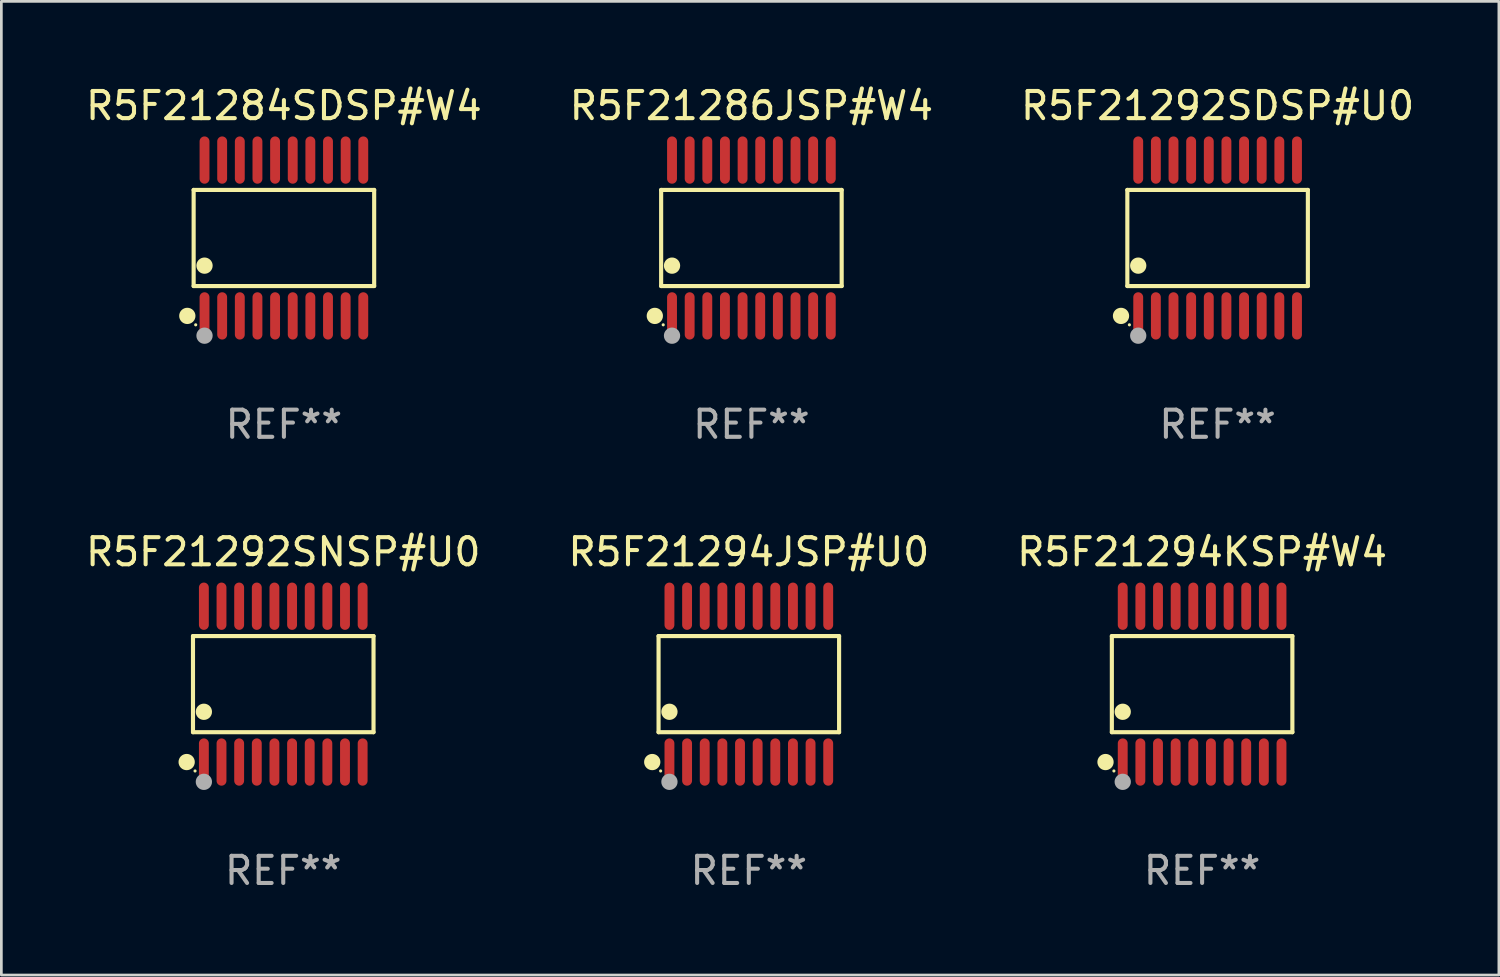
<source format=kicad_pcb>
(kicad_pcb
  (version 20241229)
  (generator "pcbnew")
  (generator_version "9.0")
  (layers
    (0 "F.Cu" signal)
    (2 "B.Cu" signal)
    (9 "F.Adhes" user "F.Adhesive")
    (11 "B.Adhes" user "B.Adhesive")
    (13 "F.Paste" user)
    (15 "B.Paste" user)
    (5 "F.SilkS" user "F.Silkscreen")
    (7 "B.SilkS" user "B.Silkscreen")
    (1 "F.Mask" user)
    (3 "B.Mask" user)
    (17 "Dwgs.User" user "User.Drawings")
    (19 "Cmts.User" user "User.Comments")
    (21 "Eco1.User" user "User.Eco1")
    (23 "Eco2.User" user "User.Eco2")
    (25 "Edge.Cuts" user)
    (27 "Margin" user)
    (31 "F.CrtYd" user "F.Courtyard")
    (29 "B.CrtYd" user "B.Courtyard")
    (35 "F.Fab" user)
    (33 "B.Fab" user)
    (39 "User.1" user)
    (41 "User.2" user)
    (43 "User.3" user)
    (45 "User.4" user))
  (footprint "R5F21286JSP#W4"
    (layer "F.Cu")
    (at 24.637 5.719)
    (property "Reference" "R5F21286JSP#W4" (at 0 -4.871 0) (layer "F.SilkS") (effects (font (size 1 1) (thickness 0.15))))
    (attr through_hole)
    (fp_line (start -3.326 -1.771) (end 3.326 -1.771) (stroke (width 0.152) (type solid)) (layer "F.SilkS"))
    (fp_line (start -3.326 1.771) (end -3.326 -1.771) (stroke (width 0.152) (type solid)) (layer "F.SilkS"))
    (fp_line (start 3.326 -1.771) (end 3.326 1.771) (stroke (width 0.152) (type solid)) (layer "F.SilkS"))
    (fp_line (start 3.326 1.771) (end -3.326 1.771) (stroke (width 0.152) (type solid)) (layer "F.SilkS"))
    (fp_circle (center -3.559 2.871) (end -3.409 2.871) (stroke (width 0.3) (type solid)) (fill no) (layer "F.SilkS"))
    (fp_circle (center -3.25 3.2) (end -3.22 3.2) (stroke (width 0.06) (type solid)) (fill no) (layer "F.SilkS"))
    (fp_circle (center -2.925 1.019) (end -2.775 1.019) (stroke (width 0.3) (type solid)) (fill no) (layer "F.SilkS"))
    (fp_circle (center -2.925 3.6) (end -2.775 3.6) (stroke (width 0.3) (type solid)) (fill no) (layer "F.Fab"))
    (fp_text user "REF**" (at 0 6.871 0) (layer "F.Fab") (effects (font (size 1 1) (thickness 0.15))))
    (pad "1" smd oval (at -2.925 2.871) (size 0.364 1.742) (layers "F.Cu" "F.Mask" "F.Paste"))
    (pad "2" smd oval (at -2.275 2.871) (size 0.364 1.742) (layers "F.Cu" "F.Mask" "F.Paste"))
    (pad "3" smd oval (at -1.625 2.871) (size 0.364 1.742) (layers "F.Cu" "F.Mask" "F.Paste"))
    (pad "4" smd oval (at -0.975 2.871) (size 0.364 1.742) (layers "F.Cu" "F.Mask" "F.Paste"))
    (pad "5" smd oval (at -0.325 2.871) (size 0.364 1.742) (layers "F.Cu" "F.Mask" "F.Paste"))
    (pad "6" smd oval (at 0.325 2.871) (size 0.364 1.742) (layers "F.Cu" "F.Mask" "F.Paste"))
    (pad "7" smd oval (at 0.975 2.871) (size 0.364 1.742) (layers "F.Cu" "F.Mask" "F.Paste"))
    (pad "8" smd oval (at 1.625 2.871) (size 0.364 1.742) (layers "F.Cu" "F.Mask" "F.Paste"))
    (pad "9" smd oval (at 2.275 2.871) (size 0.364 1.742) (layers "F.Cu" "F.Mask" "F.Paste"))
    (pad "10" smd oval (at 2.925 2.871) (size 0.364 1.742) (layers "F.Cu" "F.Mask" "F.Paste"))
    (pad "11" smd oval (at 2.925 -2.871) (size 0.364 1.742) (layers "F.Cu" "F.Mask" "F.Paste"))
    (pad "12" smd oval (at 2.275 -2.871) (size 0.364 1.742) (layers "F.Cu" "F.Mask" "F.Paste"))
    (pad "13" smd oval (at 1.625 -2.871) (size 0.364 1.742) (layers "F.Cu" "F.Mask" "F.Paste"))
    (pad "14" smd oval (at 0.975 -2.871) (size 0.364 1.742) (layers "F.Cu" "F.Mask" "F.Paste"))
    (pad "15" smd oval (at 0.325 -2.871) (size 0.364 1.742) (layers "F.Cu" "F.Mask" "F.Paste"))
    (pad "16" smd oval (at -0.325 -2.871) (size 0.364 1.742) (layers "F.Cu" "F.Mask" "F.Paste"))
    (pad "17" smd oval (at -0.975 -2.871) (size 0.364 1.742) (layers "F.Cu" "F.Mask" "F.Paste"))
    (pad "18" smd oval (at -1.625 -2.871) (size 0.364 1.742) (layers "F.Cu" "F.Mask" "F.Paste"))
    (pad "19" smd oval (at -2.275 -2.871) (size 0.364 1.742) (layers "F.Cu" "F.Mask" "F.Paste"))
    (pad "20" smd oval (at -2.925 -2.871) (size 0.364 1.742) (layers "F.Cu" "F.Mask" "F.Paste")))
  (footprint "R5F21284SDSP#W4"
    (layer "F.Cu")
    (at 7.411 5.719)
    (property "Reference" "R5F21284SDSP#W4" (at 0 -4.871 0) (layer "F.SilkS") (effects (font (size 1 1) (thickness 0.15))))
    (attr through_hole)
    (fp_line (start -3.326 -1.771) (end 3.326 -1.771) (stroke (width 0.152) (type solid)) (layer "F.SilkS"))
    (fp_line (start -3.326 1.771) (end -3.326 -1.771) (stroke (width 0.152) (type solid)) (layer "F.SilkS"))
    (fp_line (start 3.326 -1.771) (end 3.326 1.771) (stroke (width 0.152) (type solid)) (layer "F.SilkS"))
    (fp_line (start 3.326 1.771) (end -3.326 1.771) (stroke (width 0.152) (type solid)) (layer "F.SilkS"))
    (fp_circle (center -3.559 2.871) (end -3.409 2.871) (stroke (width 0.3) (type solid)) (fill no) (layer "F.SilkS"))
    (fp_circle (center -3.25 3.2) (end -3.22 3.2) (stroke (width 0.06) (type solid)) (fill no) (layer "F.SilkS"))
    (fp_circle (center -2.925 1.019) (end -2.775 1.019) (stroke (width 0.3) (type solid)) (fill no) (layer "F.SilkS"))
    (fp_circle (center -2.925 3.6) (end -2.775 3.6) (stroke (width 0.3) (type solid)) (fill no) (layer "F.Fab"))
    (fp_text user "REF**" (at 0 6.871 0) (layer "F.Fab") (effects (font (size 1 1) (thickness 0.15))))
    (pad "1" smd oval (at -2.925 2.871) (size 0.364 1.742) (layers "F.Cu" "F.Mask" "F.Paste"))
    (pad "2" smd oval (at -2.275 2.871) (size 0.364 1.742) (layers "F.Cu" "F.Mask" "F.Paste"))
    (pad "3" smd oval (at -1.625 2.871) (size 0.364 1.742) (layers "F.Cu" "F.Mask" "F.Paste"))
    (pad "4" smd oval (at -0.975 2.871) (size 0.364 1.742) (layers "F.Cu" "F.Mask" "F.Paste"))
    (pad "5" smd oval (at -0.325 2.871) (size 0.364 1.742) (layers "F.Cu" "F.Mask" "F.Paste"))
    (pad "6" smd oval (at 0.325 2.871) (size 0.364 1.742) (layers "F.Cu" "F.Mask" "F.Paste"))
    (pad "7" smd oval (at 0.975 2.871) (size 0.364 1.742) (layers "F.Cu" "F.Mask" "F.Paste"))
    (pad "8" smd oval (at 1.625 2.871) (size 0.364 1.742) (layers "F.Cu" "F.Mask" "F.Paste"))
    (pad "9" smd oval (at 2.275 2.871) (size 0.364 1.742) (layers "F.Cu" "F.Mask" "F.Paste"))
    (pad "10" smd oval (at 2.925 2.871) (size 0.364 1.742) (layers "F.Cu" "F.Mask" "F.Paste"))
    (pad "11" smd oval (at 2.925 -2.871) (size 0.364 1.742) (layers "F.Cu" "F.Mask" "F.Paste"))
    (pad "12" smd oval (at 2.275 -2.871) (size 0.364 1.742) (layers "F.Cu" "F.Mask" "F.Paste"))
    (pad "13" smd oval (at 1.625 -2.871) (size 0.364 1.742) (layers "F.Cu" "F.Mask" "F.Paste"))
    (pad "14" smd oval (at 0.975 -2.871) (size 0.364 1.742) (layers "F.Cu" "F.Mask" "F.Paste"))
    (pad "15" smd oval (at 0.325 -2.871) (size 0.364 1.742) (layers "F.Cu" "F.Mask" "F.Paste"))
    (pad "16" smd oval (at -0.325 -2.871) (size 0.364 1.742) (layers "F.Cu" "F.Mask" "F.Paste"))
    (pad "17" smd oval (at -0.975 -2.871) (size 0.364 1.742) (layers "F.Cu" "F.Mask" "F.Paste"))
    (pad "18" smd oval (at -1.625 -2.871) (size 0.364 1.742) (layers "F.Cu" "F.Mask" "F.Paste"))
    (pad "19" smd oval (at -2.275 -2.871) (size 0.364 1.742) (layers "F.Cu" "F.Mask" "F.Paste"))
    (pad "20" smd oval (at -2.925 -2.871) (size 0.364 1.742) (layers "F.Cu" "F.Mask" "F.Paste")))
  (footprint "R5F21292SNSP#U0"
    (layer "F.Cu")
    (at 7.387 22.158)
    (property "Reference" "R5F21292SNSP#U0" (at 0 -4.871 0) (layer "F.SilkS") (effects (font (size 1 1) (thickness 0.15))))
    (attr through_hole)
    (fp_line (start -3.326 -1.771) (end 3.326 -1.771) (stroke (width 0.152) (type solid)) (layer "F.SilkS"))
    (fp_line (start -3.326 1.771) (end -3.326 -1.771) (stroke (width 0.152) (type solid)) (layer "F.SilkS"))
    (fp_line (start 3.326 -1.771) (end 3.326 1.771) (stroke (width 0.152) (type solid)) (layer "F.SilkS"))
    (fp_line (start 3.326 1.771) (end -3.326 1.771) (stroke (width 0.152) (type solid)) (layer "F.SilkS"))
    (fp_circle (center -3.559 2.871) (end -3.409 2.871) (stroke (width 0.3) (type solid)) (fill no) (layer "F.SilkS"))
    (fp_circle (center -3.25 3.2) (end -3.22 3.2) (stroke (width 0.06) (type solid)) (fill no) (layer "F.SilkS"))
    (fp_circle (center -2.925 1.019) (end -2.775 1.019) (stroke (width 0.3) (type solid)) (fill no) (layer "F.SilkS"))
    (fp_circle (center -2.925 3.6) (end -2.775 3.6) (stroke (width 0.3) (type solid)) (fill no) (layer "F.Fab"))
    (fp_text user "REF**" (at 0 6.871 0) (layer "F.Fab") (effects (font (size 1 1) (thickness 0.15))))
    (pad "1" smd oval (at -2.925 2.871) (size 0.364 1.742) (layers "F.Cu" "F.Mask" "F.Paste"))
    (pad "2" smd oval (at -2.275 2.871) (size 0.364 1.742) (layers "F.Cu" "F.Mask" "F.Paste"))
    (pad "3" smd oval (at -1.625 2.871) (size 0.364 1.742) (layers "F.Cu" "F.Mask" "F.Paste"))
    (pad "4" smd oval (at -0.975 2.871) (size 0.364 1.742) (layers "F.Cu" "F.Mask" "F.Paste"))
    (pad "5" smd oval (at -0.325 2.871) (size 0.364 1.742) (layers "F.Cu" "F.Mask" "F.Paste"))
    (pad "6" smd oval (at 0.325 2.871) (size 0.364 1.742) (layers "F.Cu" "F.Mask" "F.Paste"))
    (pad "7" smd oval (at 0.975 2.871) (size 0.364 1.742) (layers "F.Cu" "F.Mask" "F.Paste"))
    (pad "8" smd oval (at 1.625 2.871) (size 0.364 1.742) (layers "F.Cu" "F.Mask" "F.Paste"))
    (pad "9" smd oval (at 2.275 2.871) (size 0.364 1.742) (layers "F.Cu" "F.Mask" "F.Paste"))
    (pad "10" smd oval (at 2.925 2.871) (size 0.364 1.742) (layers "F.Cu" "F.Mask" "F.Paste"))
    (pad "11" smd oval (at 2.925 -2.871) (size 0.364 1.742) (layers "F.Cu" "F.Mask" "F.Paste"))
    (pad "12" smd oval (at 2.275 -2.871) (size 0.364 1.742) (layers "F.Cu" "F.Mask" "F.Paste"))
    (pad "13" smd oval (at 1.625 -2.871) (size 0.364 1.742) (layers "F.Cu" "F.Mask" "F.Paste"))
    (pad "14" smd oval (at 0.975 -2.871) (size 0.364 1.742) (layers "F.Cu" "F.Mask" "F.Paste"))
    (pad "15" smd oval (at 0.325 -2.871) (size 0.364 1.742) (layers "F.Cu" "F.Mask" "F.Paste"))
    (pad "16" smd oval (at -0.325 -2.871) (size 0.364 1.742) (layers "F.Cu" "F.Mask" "F.Paste"))
    (pad "17" smd oval (at -0.975 -2.871) (size 0.364 1.742) (layers "F.Cu" "F.Mask" "F.Paste"))
    (pad "18" smd oval (at -1.625 -2.871) (size 0.364 1.742) (layers "F.Cu" "F.Mask" "F.Paste"))
    (pad "19" smd oval (at -2.275 -2.871) (size 0.364 1.742) (layers "F.Cu" "F.Mask" "F.Paste"))
    (pad "20" smd oval (at -2.925 -2.871) (size 0.364 1.742) (layers "F.Cu" "F.Mask" "F.Paste")))
  (footprint "R5F21292SDSP#U0"
    (layer "F.Cu")
    (at 41.815 5.719)
    (property "Reference" "R5F21292SDSP#U0" (at 0 -4.871 0) (layer "F.SilkS") (effects (font (size 1 1) (thickness 0.15))))
    (attr through_hole)
    (fp_line (start -3.326 -1.771) (end 3.326 -1.771) (stroke (width 0.152) (type solid)) (layer "F.SilkS"))
    (fp_line (start -3.326 1.771) (end -3.326 -1.771) (stroke (width 0.152) (type solid)) (layer "F.SilkS"))
    (fp_line (start 3.326 -1.771) (end 3.326 1.771) (stroke (width 0.152) (type solid)) (layer "F.SilkS"))
    (fp_line (start 3.326 1.771) (end -3.326 1.771) (stroke (width 0.152) (type solid)) (layer "F.SilkS"))
    (fp_circle (center -3.559 2.871) (end -3.409 2.871) (stroke (width 0.3) (type solid)) (fill no) (layer "F.SilkS"))
    (fp_circle (center -3.25 3.2) (end -3.22 3.2) (stroke (width 0.06) (type solid)) (fill no) (layer "F.SilkS"))
    (fp_circle (center -2.925 1.019) (end -2.775 1.019) (stroke (width 0.3) (type solid)) (fill no) (layer "F.SilkS"))
    (fp_circle (center -2.925 3.6) (end -2.775 3.6) (stroke (width 0.3) (type solid)) (fill no) (layer "F.Fab"))
    (fp_text user "REF**" (at 0 6.871 0) (layer "F.Fab") (effects (font (size 1 1) (thickness 0.15))))
    (pad "1" smd oval (at -2.925 2.871) (size 0.364 1.742) (layers "F.Cu" "F.Mask" "F.Paste"))
    (pad "2" smd oval (at -2.275 2.871) (size 0.364 1.742) (layers "F.Cu" "F.Mask" "F.Paste"))
    (pad "3" smd oval (at -1.625 2.871) (size 0.364 1.742) (layers "F.Cu" "F.Mask" "F.Paste"))
    (pad "4" smd oval (at -0.975 2.871) (size 0.364 1.742) (layers "F.Cu" "F.Mask" "F.Paste"))
    (pad "5" smd oval (at -0.325 2.871) (size 0.364 1.742) (layers "F.Cu" "F.Mask" "F.Paste"))
    (pad "6" smd oval (at 0.325 2.871) (size 0.364 1.742) (layers "F.Cu" "F.Mask" "F.Paste"))
    (pad "7" smd oval (at 0.975 2.871) (size 0.364 1.742) (layers "F.Cu" "F.Mask" "F.Paste"))
    (pad "8" smd oval (at 1.625 2.871) (size 0.364 1.742) (layers "F.Cu" "F.Mask" "F.Paste"))
    (pad "9" smd oval (at 2.275 2.871) (size 0.364 1.742) (layers "F.Cu" "F.Mask" "F.Paste"))
    (pad "10" smd oval (at 2.925 2.871) (size 0.364 1.742) (layers "F.Cu" "F.Mask" "F.Paste"))
    (pad "11" smd oval (at 2.925 -2.871) (size 0.364 1.742) (layers "F.Cu" "F.Mask" "F.Paste"))
    (pad "12" smd oval (at 2.275 -2.871) (size 0.364 1.742) (layers "F.Cu" "F.Mask" "F.Paste"))
    (pad "13" smd oval (at 1.625 -2.871) (size 0.364 1.742) (layers "F.Cu" "F.Mask" "F.Paste"))
    (pad "14" smd oval (at 0.975 -2.871) (size 0.364 1.742) (layers "F.Cu" "F.Mask" "F.Paste"))
    (pad "15" smd oval (at 0.325 -2.871) (size 0.364 1.742) (layers "F.Cu" "F.Mask" "F.Paste"))
    (pad "16" smd oval (at -0.325 -2.871) (size 0.364 1.742) (layers "F.Cu" "F.Mask" "F.Paste"))
    (pad "17" smd oval (at -0.975 -2.871) (size 0.364 1.742) (layers "F.Cu" "F.Mask" "F.Paste"))
    (pad "18" smd oval (at -1.625 -2.871) (size 0.364 1.742) (layers "F.Cu" "F.Mask" "F.Paste"))
    (pad "19" smd oval (at -2.275 -2.871) (size 0.364 1.742) (layers "F.Cu" "F.Mask" "F.Paste"))
    (pad "20" smd oval (at -2.925 -2.871) (size 0.364 1.742) (layers "F.Cu" "F.Mask" "F.Paste")))
  (footprint "R5F21294JSP#U0"
    (layer "F.Cu")
    (at 24.542 22.158)
    (property "Reference" "R5F21294JSP#U0" (at 0 -4.871 0) (layer "F.SilkS") (effects (font (size 1 1) (thickness 0.15))))
    (attr through_hole)
    (fp_line (start -3.326 -1.771) (end 3.326 -1.771) (stroke (width 0.152) (type solid)) (layer "F.SilkS"))
    (fp_line (start -3.326 1.771) (end -3.326 -1.771) (stroke (width 0.152) (type solid)) (layer "F.SilkS"))
    (fp_line (start 3.326 -1.771) (end 3.326 1.771) (stroke (width 0.152) (type solid)) (layer "F.SilkS"))
    (fp_line (start 3.326 1.771) (end -3.326 1.771) (stroke (width 0.152) (type solid)) (layer "F.SilkS"))
    (fp_circle (center -3.559 2.871) (end -3.409 2.871) (stroke (width 0.3) (type solid)) (fill no) (layer "F.SilkS"))
    (fp_circle (center -3.25 3.2) (end -3.22 3.2) (stroke (width 0.06) (type solid)) (fill no) (layer "F.SilkS"))
    (fp_circle (center -2.925 1.019) (end -2.775 1.019) (stroke (width 0.3) (type solid)) (fill no) (layer "F.SilkS"))
    (fp_circle (center -2.925 3.6) (end -2.775 3.6) (stroke (width 0.3) (type solid)) (fill no) (layer "F.Fab"))
    (fp_text user "REF**" (at 0 6.871 0) (layer "F.Fab") (effects (font (size 1 1) (thickness 0.15))))
    (pad "1" smd oval (at -2.925 2.871) (size 0.364 1.742) (layers "F.Cu" "F.Mask" "F.Paste"))
    (pad "2" smd oval (at -2.275 2.871) (size 0.364 1.742) (layers "F.Cu" "F.Mask" "F.Paste"))
    (pad "3" smd oval (at -1.625 2.871) (size 0.364 1.742) (layers "F.Cu" "F.Mask" "F.Paste"))
    (pad "4" smd oval (at -0.975 2.871) (size 0.364 1.742) (layers "F.Cu" "F.Mask" "F.Paste"))
    (pad "5" smd oval (at -0.325 2.871) (size 0.364 1.742) (layers "F.Cu" "F.Mask" "F.Paste"))
    (pad "6" smd oval (at 0.325 2.871) (size 0.364 1.742) (layers "F.Cu" "F.Mask" "F.Paste"))
    (pad "7" smd oval (at 0.975 2.871) (size 0.364 1.742) (layers "F.Cu" "F.Mask" "F.Paste"))
    (pad "8" smd oval (at 1.625 2.871) (size 0.364 1.742) (layers "F.Cu" "F.Mask" "F.Paste"))
    (pad "9" smd oval (at 2.275 2.871) (size 0.364 1.742) (layers "F.Cu" "F.Mask" "F.Paste"))
    (pad "10" smd oval (at 2.925 2.871) (size 0.364 1.742) (layers "F.Cu" "F.Mask" "F.Paste"))
    (pad "11" smd oval (at 2.925 -2.871) (size 0.364 1.742) (layers "F.Cu" "F.Mask" "F.Paste"))
    (pad "12" smd oval (at 2.275 -2.871) (size 0.364 1.742) (layers "F.Cu" "F.Mask" "F.Paste"))
    (pad "13" smd oval (at 1.625 -2.871) (size 0.364 1.742) (layers "F.Cu" "F.Mask" "F.Paste"))
    (pad "14" smd oval (at 0.975 -2.871) (size 0.364 1.742) (layers "F.Cu" "F.Mask" "F.Paste"))
    (pad "15" smd oval (at 0.325 -2.871) (size 0.364 1.742) (layers "F.Cu" "F.Mask" "F.Paste"))
    (pad "16" smd oval (at -0.325 -2.871) (size 0.364 1.742) (layers "F.Cu" "F.Mask" "F.Paste"))
    (pad "17" smd oval (at -0.975 -2.871) (size 0.364 1.742) (layers "F.Cu" "F.Mask" "F.Paste"))
    (pad "18" smd oval (at -1.625 -2.871) (size 0.364 1.742) (layers "F.Cu" "F.Mask" "F.Paste"))
    (pad "19" smd oval (at -2.275 -2.871) (size 0.364 1.742) (layers "F.Cu" "F.Mask" "F.Paste"))
    (pad "20" smd oval (at -2.925 -2.871) (size 0.364 1.742) (layers "F.Cu" "F.Mask" "F.Paste")))
  (footprint "R5F21294KSP#W4"
    (layer "F.Cu")
    (at 41.244 22.158)
    (property "Reference" "R5F21294KSP#W4" (at 0 -4.871 0) (layer "F.SilkS") (effects (font (size 1 1) (thickness 0.15))))
    (attr through_hole)
    (fp_line (start -3.326 -1.771) (end 3.326 -1.771) (stroke (width 0.152) (type solid)) (layer "F.SilkS"))
    (fp_line (start -3.326 1.771) (end -3.326 -1.771) (stroke (width 0.152) (type solid)) (layer "F.SilkS"))
    (fp_line (start 3.326 -1.771) (end 3.326 1.771) (stroke (width 0.152) (type solid)) (layer "F.SilkS"))
    (fp_line (start 3.326 1.771) (end -3.326 1.771) (stroke (width 0.152) (type solid)) (layer "F.SilkS"))
    (fp_circle (center -3.559 2.871) (end -3.409 2.871) (stroke (width 0.3) (type solid)) (fill no) (layer "F.SilkS"))
    (fp_circle (center -3.25 3.2) (end -3.22 3.2) (stroke (width 0.06) (type solid)) (fill no) (layer "F.SilkS"))
    (fp_circle (center -2.925 1.019) (end -2.775 1.019) (stroke (width 0.3) (type solid)) (fill no) (layer "F.SilkS"))
    (fp_circle (center -2.925 3.6) (end -2.775 3.6) (stroke (width 0.3) (type solid)) (fill no) (layer "F.Fab"))
    (fp_text user "REF**" (at 0 6.871 0) (layer "F.Fab") (effects (font (size 1 1) (thickness 0.15))))
    (pad "1" smd oval (at -2.925 2.871) (size 0.364 1.742) (layers "F.Cu" "F.Mask" "F.Paste"))
    (pad "2" smd oval (at -2.275 2.871) (size 0.364 1.742) (layers "F.Cu" "F.Mask" "F.Paste"))
    (pad "3" smd oval (at -1.625 2.871) (size 0.364 1.742) (layers "F.Cu" "F.Mask" "F.Paste"))
    (pad "4" smd oval (at -0.975 2.871) (size 0.364 1.742) (layers "F.Cu" "F.Mask" "F.Paste"))
    (pad "5" smd oval (at -0.325 2.871) (size 0.364 1.742) (layers "F.Cu" "F.Mask" "F.Paste"))
    (pad "6" smd oval (at 0.325 2.871) (size 0.364 1.742) (layers "F.Cu" "F.Mask" "F.Paste"))
    (pad "7" smd oval (at 0.975 2.871) (size 0.364 1.742) (layers "F.Cu" "F.Mask" "F.Paste"))
    (pad "8" smd oval (at 1.625 2.871) (size 0.364 1.742) (layers "F.Cu" "F.Mask" "F.Paste"))
    (pad "9" smd oval (at 2.275 2.871) (size 0.364 1.742) (layers "F.Cu" "F.Mask" "F.Paste"))
    (pad "10" smd oval (at 2.925 2.871) (size 0.364 1.742) (layers "F.Cu" "F.Mask" "F.Paste"))
    (pad "11" smd oval (at 2.925 -2.871) (size 0.364 1.742) (layers "F.Cu" "F.Mask" "F.Paste"))
    (pad "12" smd oval (at 2.275 -2.871) (size 0.364 1.742) (layers "F.Cu" "F.Mask" "F.Paste"))
    (pad "13" smd oval (at 1.625 -2.871) (size 0.364 1.742) (layers "F.Cu" "F.Mask" "F.Paste"))
    (pad "14" smd oval (at 0.975 -2.871) (size 0.364 1.742) (layers "F.Cu" "F.Mask" "F.Paste"))
    (pad "15" smd oval (at 0.325 -2.871) (size 0.364 1.742) (layers "F.Cu" "F.Mask" "F.Paste"))
    (pad "16" smd oval (at -0.325 -2.871) (size 0.364 1.742) (layers "F.Cu" "F.Mask" "F.Paste"))
    (pad "17" smd oval (at -0.975 -2.871) (size 0.364 1.742) (layers "F.Cu" "F.Mask" "F.Paste"))
    (pad "18" smd oval (at -1.625 -2.871) (size 0.364 1.742) (layers "F.Cu" "F.Mask" "F.Paste"))
    (pad "19" smd oval (at -2.275 -2.871) (size 0.364 1.742) (layers "F.Cu" "F.Mask" "F.Paste"))
    (pad "20" smd oval (at -2.925 -2.871) (size 0.364 1.742) (layers "F.Cu" "F.Mask" "F.Paste")))
  (gr_rect
    (start -3 -3)
    (end 52.179 32.877)
    (stroke (width 0.1) (type default))
    (fill no)
    (layer "Edge.Cuts")))
</source>
